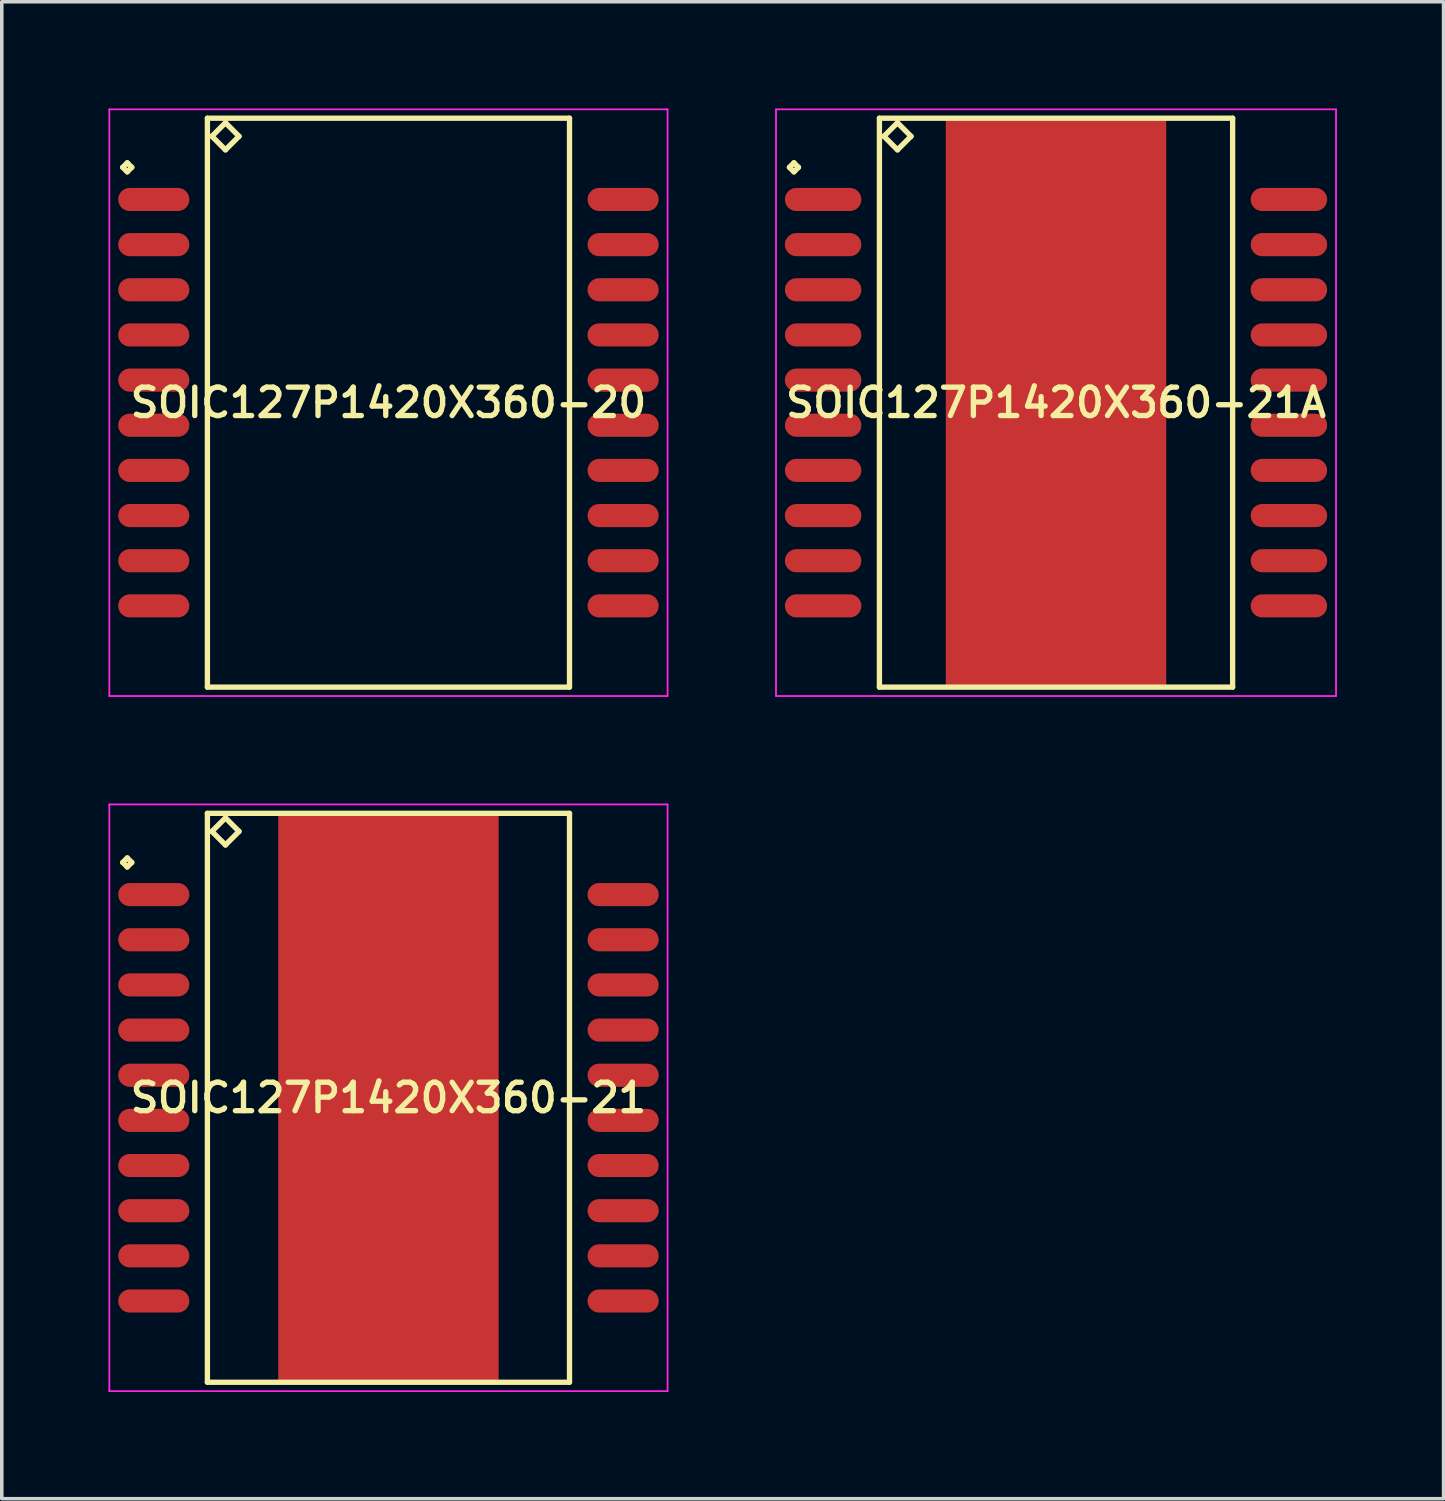
<source format=kicad_pcb>
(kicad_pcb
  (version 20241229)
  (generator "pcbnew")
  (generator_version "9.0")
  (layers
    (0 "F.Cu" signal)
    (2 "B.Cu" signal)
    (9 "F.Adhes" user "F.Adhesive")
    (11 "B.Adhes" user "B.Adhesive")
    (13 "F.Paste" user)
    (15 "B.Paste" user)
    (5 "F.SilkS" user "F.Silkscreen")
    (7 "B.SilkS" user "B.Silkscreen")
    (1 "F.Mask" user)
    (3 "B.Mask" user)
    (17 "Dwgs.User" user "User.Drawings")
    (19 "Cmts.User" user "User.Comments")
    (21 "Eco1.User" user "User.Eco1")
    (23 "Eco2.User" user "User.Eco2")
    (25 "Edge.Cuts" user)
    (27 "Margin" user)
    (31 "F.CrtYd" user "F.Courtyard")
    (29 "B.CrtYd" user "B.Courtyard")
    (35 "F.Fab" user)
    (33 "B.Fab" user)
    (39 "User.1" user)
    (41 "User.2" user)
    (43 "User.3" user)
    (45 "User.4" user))
  (footprint "SOIC127P1420X360-21"
    (layer "F.Cu")
    (at 7.875 27.825)
    (property "Reference" "SOIC127P1420X360-21" (at 0 0 0) (layer "F.SilkS") (effects (font (size 0.8 0.8) (thickness 0.15))))
    (attr smd)
    (fp_line (start -7.473 -6.619) (end -7.346 -6.746) (stroke (width 0.15) (type solid)) (layer "F.SilkS"))
    (fp_line (start -7.346 -6.746) (end -7.219 -6.619) (stroke (width 0.15) (type solid)) (layer "F.SilkS"))
    (fp_line (start -7.346 -6.492) (end -7.473 -6.619) (stroke (width 0.15) (type solid)) (layer "F.SilkS"))
    (fp_line (start -7.219 -6.619) (end -7.346 -6.492) (stroke (width 0.15) (type solid)) (layer "F.SilkS"))
    (fp_line (start -5.092 -8) (end -5.092 8) (stroke (width 0.15) (type solid)) (layer "F.SilkS"))
    (fp_line (start -5.092 8) (end 5.092 8) (stroke (width 0.15) (type solid)) (layer "F.SilkS"))
    (fp_line (start -4.965 -7.492) (end -4.584 -7.873) (stroke (width 0.15) (type solid)) (layer "F.SilkS"))
    (fp_line (start -4.584 -7.873) (end -4.203 -7.492) (stroke (width 0.15) (type solid)) (layer "F.SilkS"))
    (fp_line (start -4.584 -7.111) (end -4.965 -7.492) (stroke (width 0.15) (type solid)) (layer "F.SilkS"))
    (fp_line (start -4.203 -7.492) (end -4.584 -7.111) (stroke (width 0.15) (type solid)) (layer "F.SilkS"))
    (fp_line (start 5.092 -8) (end -5.092 -8) (stroke (width 0.15) (type solid)) (layer "F.SilkS"))
    (fp_line (start 5.092 8) (end 5.092 -8) (stroke (width 0.15) (type solid)) (layer "F.SilkS"))
    (fp_line (start -7.85 -8.25) (end 7.85 -8.25) (stroke (width 0.05) (type solid)) (layer "F.CrtYd"))
    (fp_line (start -7.85 8.25) (end -7.85 -8.25) (stroke (width 0.05) (type solid)) (layer "F.CrtYd"))
    (fp_line (start 7.85 -8.25) (end 7.85 8.25) (stroke (width 0.05) (type solid)) (layer "F.CrtYd"))
    (fp_line (start 7.85 8.25) (end -7.85 8.25) (stroke (width 0.05) (type solid)) (layer "F.CrtYd"))
    (pad "1" smd oval (at -6.6 -5.715) (size 2 0.65) (layers "F.Cu" "F.Mask" "F.Paste"))
    (pad "2" smd oval (at -6.6 -4.445) (size 2 0.65) (layers "F.Cu" "F.Mask" "F.Paste"))
    (pad "3" smd oval (at -6.6 -3.175) (size 2 0.65) (layers "F.Cu" "F.Mask" "F.Paste"))
    (pad "4" smd oval (at -6.6 -1.905) (size 2 0.65) (layers "F.Cu" "F.Mask" "F.Paste"))
    (pad "5" smd oval (at -6.6 -0.635) (size 2 0.65) (layers "F.Cu" "F.Mask" "F.Paste"))
    (pad "6" smd oval (at -6.6 0.635) (size 2 0.65) (layers "F.Cu" "F.Mask" "F.Paste"))
    (pad "7" smd oval (at -6.6 1.905) (size 2 0.65) (layers "F.Cu" "F.Mask" "F.Paste"))
    (pad "8" smd oval (at -6.6 3.175) (size 2 0.65) (layers "F.Cu" "F.Mask" "F.Paste"))
    (pad "9" smd oval (at -6.6 4.445) (size 2 0.65) (layers "F.Cu" "F.Mask" "F.Paste"))
    (pad "10" smd oval (at -6.6 5.715) (size 2 0.65) (layers "F.Cu" "F.Mask" "F.Paste"))
    (pad "11" smd oval (at 6.6 5.715) (size 2 0.65) (layers "F.Cu" "F.Mask" "F.Paste"))
    (pad "12" smd oval (at 6.6 4.445) (size 2 0.65) (layers "F.Cu" "F.Mask" "F.Paste"))
    (pad "13" smd oval (at 6.6 3.175) (size 2 0.65) (layers "F.Cu" "F.Mask" "F.Paste"))
    (pad "14" smd oval (at 6.6 1.905) (size 2 0.65) (layers "F.Cu" "F.Mask" "F.Paste"))
    (pad "15" smd oval (at 6.6 0.635) (size 2 0.65) (layers "F.Cu" "F.Mask" "F.Paste"))
    (pad "16" smd oval (at 6.6 -0.635) (size 2 0.65) (layers "F.Cu" "F.Mask" "F.Paste"))
    (pad "17" smd oval (at 6.6 -1.905) (size 2 0.65) (layers "F.Cu" "F.Mask" "F.Paste"))
    (pad "18" smd oval (at 6.6 -3.175) (size 2 0.65) (layers "F.Cu" "F.Mask" "F.Paste"))
    (pad "19" smd oval (at 6.6 -4.445) (size 2 0.65) (layers "F.Cu" "F.Mask" "F.Paste"))
    (pad "20" smd oval (at 6.6 -5.715) (size 2 0.65) (layers "F.Cu" "F.Mask" "F.Paste"))
    (pad "21" smd rect (at 0 0) (size 6.2 16) (layers "F.Cu" "F.Mask" "F.Paste")))
  (footprint "SOIC127P1420X360-21A"
    (layer "F.Cu")
    (at 26.65 8.275)
    (property "Reference" "SOIC127P1420X360-21A" (at 0 0 0) (layer "F.SilkS") (effects (font (size 0.8 0.8) (thickness 0.15))))
    (attr smd)
    (fp_line (start -7.498 -6.619) (end -7.371 -6.746) (stroke (width 0.15) (type solid)) (layer "F.SilkS"))
    (fp_line (start -7.371 -6.746) (end -7.244 -6.619) (stroke (width 0.15) (type solid)) (layer "F.SilkS"))
    (fp_line (start -7.371 -6.492) (end -7.498 -6.619) (stroke (width 0.15) (type solid)) (layer "F.SilkS"))
    (fp_line (start -7.244 -6.619) (end -7.371 -6.492) (stroke (width 0.15) (type solid)) (layer "F.SilkS"))
    (fp_line (start -4.967 -8) (end -4.967 8) (stroke (width 0.15) (type solid)) (layer "F.SilkS"))
    (fp_line (start -4.967 8) (end 4.967 8) (stroke (width 0.15) (type solid)) (layer "F.SilkS"))
    (fp_line (start -4.84 -7.492) (end -4.459 -7.873) (stroke (width 0.15) (type solid)) (layer "F.SilkS"))
    (fp_line (start -4.459 -7.873) (end -4.078 -7.492) (stroke (width 0.15) (type solid)) (layer "F.SilkS"))
    (fp_line (start -4.459 -7.111) (end -4.84 -7.492) (stroke (width 0.15) (type solid)) (layer "F.SilkS"))
    (fp_line (start -4.078 -7.492) (end -4.459 -7.111) (stroke (width 0.15) (type solid)) (layer "F.SilkS"))
    (fp_line (start 4.967 -8) (end -4.967 -8) (stroke (width 0.15) (type solid)) (layer "F.SilkS"))
    (fp_line (start 4.967 8) (end 4.967 -8) (stroke (width 0.15) (type solid)) (layer "F.SilkS"))
    (fp_line (start -7.875 -8.25) (end 7.875 -8.25) (stroke (width 0.05) (type solid)) (layer "F.CrtYd"))
    (fp_line (start -7.875 8.25) (end -7.875 -8.25) (stroke (width 0.05) (type solid)) (layer "F.CrtYd"))
    (fp_line (start 7.875 -8.25) (end 7.875 8.25) (stroke (width 0.05) (type solid)) (layer "F.CrtYd"))
    (fp_line (start 7.875 8.25) (end -7.875 8.25) (stroke (width 0.05) (type solid)) (layer "F.CrtYd"))
    (pad "1" smd oval (at -6.55 -5.715) (size 2.15 0.65) (layers "F.Cu" "F.Mask" "F.Paste"))
    (pad "2" smd oval (at -6.55 -4.445) (size 2.15 0.65) (layers "F.Cu" "F.Mask" "F.Paste"))
    (pad "3" smd oval (at -6.55 -3.175) (size 2.15 0.65) (layers "F.Cu" "F.Mask" "F.Paste"))
    (pad "4" smd oval (at -6.55 -1.905) (size 2.15 0.65) (layers "F.Cu" "F.Mask" "F.Paste"))
    (pad "5" smd oval (at -6.55 -0.635) (size 2.15 0.65) (layers "F.Cu" "F.Mask" "F.Paste"))
    (pad "6" smd oval (at -6.55 0.635) (size 2.15 0.65) (layers "F.Cu" "F.Mask" "F.Paste"))
    (pad "7" smd oval (at -6.55 1.905) (size 2.15 0.65) (layers "F.Cu" "F.Mask" "F.Paste"))
    (pad "8" smd oval (at -6.55 3.175) (size 2.15 0.65) (layers "F.Cu" "F.Mask" "F.Paste"))
    (pad "9" smd oval (at -6.55 4.445) (size 2.15 0.65) (layers "F.Cu" "F.Mask" "F.Paste"))
    (pad "10" smd oval (at -6.55 5.715) (size 2.15 0.65) (layers "F.Cu" "F.Mask" "F.Paste"))
    (pad "11" smd oval (at 6.55 5.715) (size 2.15 0.65) (layers "F.Cu" "F.Mask" "F.Paste"))
    (pad "12" smd oval (at 6.55 4.445) (size 2.15 0.65) (layers "F.Cu" "F.Mask" "F.Paste"))
    (pad "13" smd oval (at 6.55 3.175) (size 2.15 0.65) (layers "F.Cu" "F.Mask" "F.Paste"))
    (pad "14" smd oval (at 6.55 1.905) (size 2.15 0.65) (layers "F.Cu" "F.Mask" "F.Paste"))
    (pad "15" smd oval (at 6.55 0.635) (size 2.15 0.65) (layers "F.Cu" "F.Mask" "F.Paste"))
    (pad "16" smd oval (at 6.55 -0.635) (size 2.15 0.65) (layers "F.Cu" "F.Mask" "F.Paste"))
    (pad "17" smd oval (at 6.55 -1.905) (size 2.15 0.65) (layers "F.Cu" "F.Mask" "F.Paste"))
    (pad "18" smd oval (at 6.55 -3.175) (size 2.15 0.65) (layers "F.Cu" "F.Mask" "F.Paste"))
    (pad "19" smd oval (at 6.55 -4.445) (size 2.15 0.65) (layers "F.Cu" "F.Mask" "F.Paste"))
    (pad "20" smd oval (at 6.55 -5.715) (size 2.15 0.65) (layers "F.Cu" "F.Mask" "F.Paste"))
    (pad "21" smd rect (at 0 0) (size 6.2 16) (layers "F.Cu" "F.Mask" "F.Paste")))
  (footprint "SOIC127P1420X360-20"
    (layer "F.Cu")
    (at 7.875 8.275)
    (property "Reference" "SOIC127P1420X360-20" (at 0 0 0) (layer "F.SilkS") (effects (font (size 0.8 0.8) (thickness 0.15))))
    (attr smd)
    (fp_line (start -7.473 -6.619) (end -7.346 -6.746) (stroke (width 0.15) (type solid)) (layer "F.SilkS"))
    (fp_line (start -7.346 -6.746) (end -7.219 -6.619) (stroke (width 0.15) (type solid)) (layer "F.SilkS"))
    (fp_line (start -7.346 -6.492) (end -7.473 -6.619) (stroke (width 0.15) (type solid)) (layer "F.SilkS"))
    (fp_line (start -7.219 -6.619) (end -7.346 -6.492) (stroke (width 0.15) (type solid)) (layer "F.SilkS"))
    (fp_line (start -5.092 -8) (end -5.092 8) (stroke (width 0.15) (type solid)) (layer "F.SilkS"))
    (fp_line (start -5.092 8) (end 5.092 8) (stroke (width 0.15) (type solid)) (layer "F.SilkS"))
    (fp_line (start -4.965 -7.492) (end -4.584 -7.873) (stroke (width 0.15) (type solid)) (layer "F.SilkS"))
    (fp_line (start -4.584 -7.873) (end -4.203 -7.492) (stroke (width 0.15) (type solid)) (layer "F.SilkS"))
    (fp_line (start -4.584 -7.111) (end -4.965 -7.492) (stroke (width 0.15) (type solid)) (layer "F.SilkS"))
    (fp_line (start -4.203 -7.492) (end -4.584 -7.111) (stroke (width 0.15) (type solid)) (layer "F.SilkS"))
    (fp_line (start 5.092 -8) (end -5.092 -8) (stroke (width 0.15) (type solid)) (layer "F.SilkS"))
    (fp_line (start 5.092 8) (end 5.092 -8) (stroke (width 0.15) (type solid)) (layer "F.SilkS"))
    (fp_line (start -7.85 -8.25) (end 7.85 -8.25) (stroke (width 0.05) (type solid)) (layer "F.CrtYd"))
    (fp_line (start -7.85 8.25) (end -7.85 -8.25) (stroke (width 0.05) (type solid)) (layer "F.CrtYd"))
    (fp_line (start 7.85 -8.25) (end 7.85 8.25) (stroke (width 0.05) (type solid)) (layer "F.CrtYd"))
    (fp_line (start 7.85 8.25) (end -7.85 8.25) (stroke (width 0.05) (type solid)) (layer "F.CrtYd"))
    (pad "1" smd oval (at -6.6 -5.715) (size 2 0.65) (layers "F.Cu" "F.Mask" "F.Paste"))
    (pad "2" smd oval (at -6.6 -4.445) (size 2 0.65) (layers "F.Cu" "F.Mask" "F.Paste"))
    (pad "3" smd oval (at -6.6 -3.175) (size 2 0.65) (layers "F.Cu" "F.Mask" "F.Paste"))
    (pad "4" smd oval (at -6.6 -1.905) (size 2 0.65) (layers "F.Cu" "F.Mask" "F.Paste"))
    (pad "5" smd oval (at -6.6 -0.635) (size 2 0.65) (layers "F.Cu" "F.Mask" "F.Paste"))
    (pad "6" smd oval (at -6.6 0.635) (size 2 0.65) (layers "F.Cu" "F.Mask" "F.Paste"))
    (pad "7" smd oval (at -6.6 1.905) (size 2 0.65) (layers "F.Cu" "F.Mask" "F.Paste"))
    (pad "8" smd oval (at -6.6 3.175) (size 2 0.65) (layers "F.Cu" "F.Mask" "F.Paste"))
    (pad "9" smd oval (at -6.6 4.445) (size 2 0.65) (layers "F.Cu" "F.Mask" "F.Paste"))
    (pad "10" smd oval (at -6.6 5.715) (size 2 0.65) (layers "F.Cu" "F.Mask" "F.Paste"))
    (pad "11" smd oval (at 6.6 5.715) (size 2 0.65) (layers "F.Cu" "F.Mask" "F.Paste"))
    (pad "12" smd oval (at 6.6 4.445) (size 2 0.65) (layers "F.Cu" "F.Mask" "F.Paste"))
    (pad "13" smd oval (at 6.6 3.175) (size 2 0.65) (layers "F.Cu" "F.Mask" "F.Paste"))
    (pad "14" smd oval (at 6.6 1.905) (size 2 0.65) (layers "F.Cu" "F.Mask" "F.Paste"))
    (pad "15" smd oval (at 6.6 0.635) (size 2 0.65) (layers "F.Cu" "F.Mask" "F.Paste"))
    (pad "16" smd oval (at 6.6 -0.635) (size 2 0.65) (layers "F.Cu" "F.Mask" "F.Paste"))
    (pad "17" smd oval (at 6.6 -1.905) (size 2 0.65) (layers "F.Cu" "F.Mask" "F.Paste"))
    (pad "18" smd oval (at 6.6 -3.175) (size 2 0.65) (layers "F.Cu" "F.Mask" "F.Paste"))
    (pad "19" smd oval (at 6.6 -4.445) (size 2 0.65) (layers "F.Cu" "F.Mask" "F.Paste"))
    (pad "20" smd oval (at 6.6 -5.715) (size 2 0.65) (layers "F.Cu" "F.Mask" "F.Paste")))
  (gr_rect
    (start -3 -3)
    (end 37.55 39.1)
    (stroke (width 0.1) (type default))
    (fill no)
    (layer "Edge.Cuts")))
</source>
